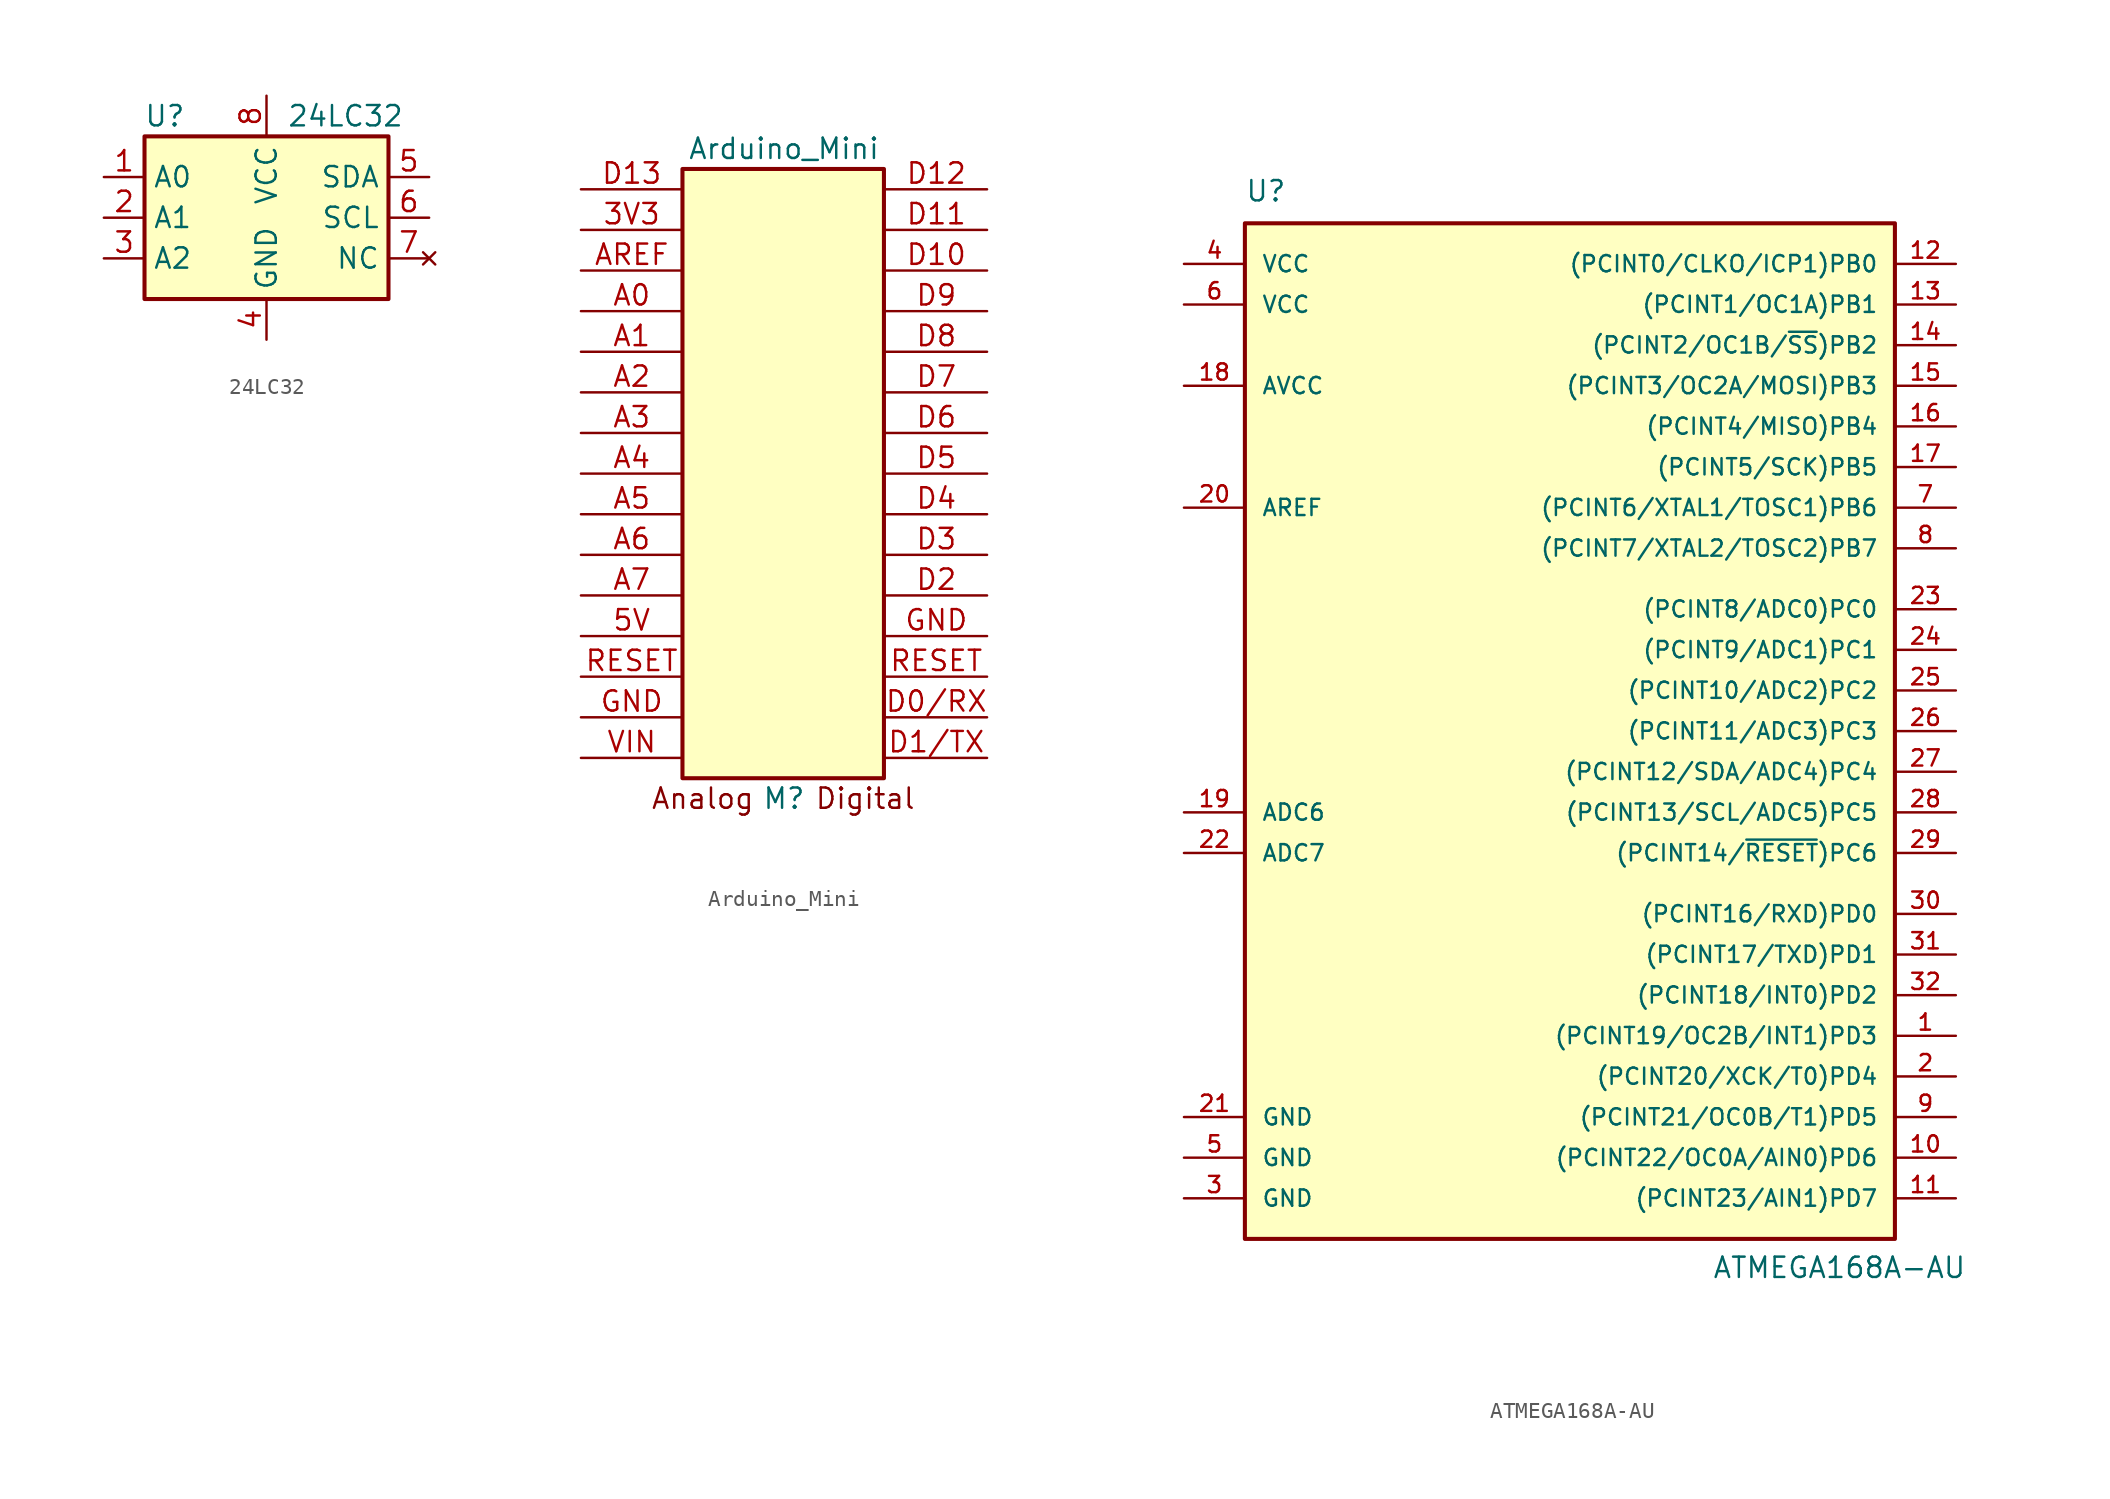
<source format=kicad_sym>
(kicad_symbol_lib
  (version 20231120)
  (generator "kicad_symbol_editor")
  (generator_version "8.0")
  (symbol "24LC32"
    (property "Reference" "U"
      (at -6.35 6.35 0)
      (effects (font (size 1.27 1.27))))
    (property "Value" "24LC32"
      (at 1.27 6.35 0)
      (effects (font (size 1.27 1.27)) (justify left)))
    (symbol "24LC32_1_1"
      (rectangle (start -7.62 5.08) (end 7.62 -5.08) (stroke (width 0.254) (type default)) (fill (type background)))
      (pin input line (at -10.16 2.54 0) (length 2.54) (name "A0" (effects (font (size 1.27 1.27)))) (number "1" (effects (font (size 1.27 1.27)))))
      (pin input line (at -10.16 0 0) (length 2.54) (name "A1" (effects (font (size 1.27 1.27)))) (number "2" (effects (font (size 1.27 1.27)))))
      (pin input line (at -10.16 -2.54 0) (length 2.54) (name "A2" (effects (font (size 1.27 1.27)))) (number "3" (effects (font (size 1.27 1.27)))))
      (pin power_in line (at 0 -7.62 90) (length 2.54) (name "GND" (effects (font (size 1.27 1.27)))) (number "4" (effects (font (size 1.27 1.27)))))
      (pin bidirectional line (at 10.16 2.54 180) (length 2.54) (name "SDA" (effects (font (size 1.27 1.27)))) (number "5" (effects (font (size 1.27 1.27)))))
      (pin input line (at 10.16 0 180) (length 2.54) (name "SCL" (effects (font (size 1.27 1.27)))) (number "6" (effects (font (size 1.27 1.27)))))
      (pin no_connect line (at 10.16 -2.54 180) (length 2.54) (name "NC" (effects (font (size 1.27 1.27)))) (number "7" (effects (font (size 1.27 1.27)))))
      (pin power_in line (at 0 7.62 270) (length 2.54) (name "VCC" (effects (font (size 1.27 1.27)))) (number "8" (effects (font (size 1.27 1.27)))))))
  (symbol "Arduino_Mini"
    (pin_names
      (offset 1.016) hide)
    (property "Reference" "M"
      (at 0 -20.32 0)
      (effects (font (size 1.27 1.27))))
    (property "Value" "Arduino_Mini"
      (at 0 20.32 0)
      (effects (font (size 1.27 1.27))))
    (symbol "Arduino_Mini_0_0"
      (text "Analog" (at -5.08 -20.32 0) (effects (font (size 1.27 1.27))))
      (text "Digital" (at 5.08 -20.32 0) (effects (font (size 1.27 1.27)))))
    (symbol "Arduino_Mini_1_1"
      (rectangle (start -6.35 19.05) (end 6.25 -19.05) (stroke (width 0.254) (type default)) (fill (type background)))
      (pin passive line (at -12.7 15.24 0) (length 6.35) (name "3V3" (effects (font (size 1.27 1.27)))) (number "3V3" (effects (font (size 1.27 1.27)))))
      (pin passive line (at -12.7 -10.16 0) (length 6.35) (name "5V" (effects (font (size 1.27 1.27)))) (number "5V" (effects (font (size 1.27 1.27)))))
      (pin passive line (at -12.7 10.16 0) (length 6.35) (name "A0" (effects (font (size 1.27 1.27)))) (number "A0" (effects (font (size 1.27 1.27)))))
      (pin passive line (at -12.7 7.62 0) (length 6.35) (name "A1" (effects (font (size 1.27 1.27)))) (number "A1" (effects (font (size 1.27 1.27)))))
      (pin passive line (at -12.7 5.08 0) (length 6.35) (name "A2" (effects (font (size 1.27 1.27)))) (number "A2" (effects (font (size 1.27 1.27)))))
      (pin passive line (at -12.7 2.54 0) (length 6.35) (name "A3" (effects (font (size 1.27 1.27)))) (number "A3" (effects (font (size 1.27 1.27)))))
      (pin passive line (at -12.7 0 0) (length 6.35) (name "A4" (effects (font (size 1.27 1.27)))) (number "A4" (effects (font (size 1.27 1.27)))))
      (pin passive line (at -12.7 -2.54 0) (length 6.35) (name "A5" (effects (font (size 1.27 1.27)))) (number "A5" (effects (font (size 1.27 1.27)))))
      (pin passive line (at -12.7 -5.08 0) (length 6.35) (name "A6" (effects (font (size 1.27 1.27)))) (number "A6" (effects (font (size 1.27 1.27)))))
      (pin passive line (at -12.7 -7.62 0) (length 6.35) (name "A7" (effects (font (size 1.27 1.27)))) (number "A7" (effects (font (size 1.27 1.27)))))
      (pin passive line (at -12.7 12.7 0) (length 6.35) (name "AREF" (effects (font (size 1.27 1.27)))) (number "AREF" (effects (font (size 1.27 1.27)))))
      (pin passive line (at 12.7 -15.24 180) (length 6.35) (name "D0/RX" (effects (font (size 1.27 1.27)))) (number "D0/RX" (effects (font (size 1.27 1.27)))))
      (pin passive line (at 12.7 -17.78 180) (length 6.35) (name "D1/TX" (effects (font (size 1.27 1.27)))) (number "D1/TX" (effects (font (size 1.27 1.27)))))
      (pin passive line (at 12.7 12.7 180) (length 6.35) (name "D10" (effects (font (size 1.27 1.27)))) (number "D10" (effects (font (size 1.27 1.27)))))
      (pin passive line (at 12.7 15.24 180) (length 6.35) (name "D11" (effects (font (size 1.27 1.27)))) (number "D11" (effects (font (size 1.27 1.27)))))
      (pin passive line (at 12.7 17.78 180) (length 6.35) (name "D12" (effects (font (size 1.27 1.27)))) (number "D12" (effects (font (size 1.27 1.27)))))
      (pin passive line (at -12.7 17.78 0) (length 6.35) (name "D13" (effects (font (size 1.27 1.27)))) (number "D13" (effects (font (size 1.27 1.27)))))
      (pin passive line (at 12.7 -7.62 180) (length 6.35) (name "D2" (effects (font (size 1.27 1.27)))) (number "D2" (effects (font (size 1.27 1.27)))))
      (pin passive line (at 12.7 -5.08 180) (length 6.35) (name "D3" (effects (font (size 1.27 1.27)))) (number "D3" (effects (font (size 1.27 1.27)))))
      (pin passive line (at 12.7 -2.54 180) (length 6.35) (name "D4" (effects (font (size 1.27 1.27)))) (number "D4" (effects (font (size 1.27 1.27)))))
      (pin passive line (at 12.7 0 180) (length 6.35) (name "D5" (effects (font (size 1.27 1.27)))) (number "D5" (effects (font (size 1.27 1.27)))))
      (pin passive line (at 12.7 2.54 180) (length 6.35) (name "D6" (effects (font (size 1.27 1.27)))) (number "D6" (effects (font (size 1.27 1.27)))))
      (pin passive line (at 12.7 5.08 180) (length 6.35) (name "D7" (effects (font (size 1.27 1.27)))) (number "D7" (effects (font (size 1.27 1.27)))))
      (pin passive line (at 12.7 7.62 180) (length 6.35) (name "D8" (effects (font (size 1.27 1.27)))) (number "D8" (effects (font (size 1.27 1.27)))))
      (pin passive line (at 12.7 10.16 180) (length 6.35) (name "D9" (effects (font (size 1.27 1.27)))) (number "D9" (effects (font (size 1.27 1.27)))))
      (pin passive line (at -12.7 -15.24 0) (length 6.35) (name "GND" (effects (font (size 1.27 1.27)))) (number "GND" (effects (font (size 1.27 1.27)))))
      (pin power_out line (at 12.7 -10.16 180) (length 6.35) (name "GND" (effects (font (size 1.27 1.27)))) (number "GND" (effects (font (size 1.27 1.27)))))
      (pin passive line (at -12.7 -12.7 0) (length 6.35) (name "RESET" (effects (font (size 1.27 1.27)))) (number "RESET" (effects (font (size 1.27 1.27)))))
      (pin passive line (at 12.7 -12.7 180) (length 6.35) (name "RESET" (effects (font (size 1.27 1.27)))) (number "RESET" (effects (font (size 1.27 1.27)))))
      (pin passive line (at -12.7 -17.78 0) (length 6.35) (name "VIN" (effects (font (size 1.27 1.27)))) (number "VIN" (effects (font (size 1.27 1.27)))))))
  (symbol "ATMEGA168A-AU"
    (pin_names
      (offset 1.016))
    (property "Reference" "U"
      (at -19.05 31.75 0)
      (effects (font (size 1.27 1.27)) (justify left bottom)))
    (property "Value" "ATMEGA168A-AU"
      (at 10.16 -35.56 0)
      (effects (font (size 1.27 1.27)) (justify left bottom)))
    (symbol "ATMEGA168A-AU_0_1"
      (rectangle (start -19.05 30.48) (end 21.59 -33.02) (stroke (width 0.254) (type default)) (fill (type background))))
    (symbol "ATMEGA168A-AU_1_1"
      (pin bidirectional line (at 25.4 -20.32 180) (length 3.81) (name "(PCINT19/OC2B/INT1)PD3" (effects (font (size 1.016 1.016)))) (number "1" (effects (font (size 1.016 1.016)))))
      (pin bidirectional line (at 25.4 -27.94 180) (length 3.81) (name "(PCINT22/OC0A/AIN0)PD6" (effects (font (size 1.016 1.016)))) (number "10" (effects (font (size 1.016 1.016)))))
      (pin bidirectional line (at 25.4 -30.48 180) (length 3.81) (name "(PCINT23/AIN1)PD7" (effects (font (size 1.016 1.016)))) (number "11" (effects (font (size 1.016 1.016)))))
      (pin bidirectional line (at 25.4 27.94 180) (length 3.81) (name "(PCINT0/CLKO/ICP1)PB0" (effects (font (size 1.016 1.016)))) (number "12" (effects (font (size 1.016 1.016)))))
      (pin bidirectional line (at 25.4 25.4 180) (length 3.81) (name "(PCINT1/OC1A)PB1" (effects (font (size 1.016 1.016)))) (number "13" (effects (font (size 1.016 1.016)))))
      (pin bidirectional line (at 25.4 22.86 180) (length 3.81) (name "(PCINT2/OC1B/~{SS})PB2" (effects (font (size 1.016 1.016)))) (number "14" (effects (font (size 1.016 1.016)))))
      (pin bidirectional line (at 25.4 20.32 180) (length 3.81) (name "(PCINT3/OC2A/MOSI)PB3" (effects (font (size 1.016 1.016)))) (number "15" (effects (font (size 1.016 1.016)))))
      (pin bidirectional line (at 25.4 17.78 180) (length 3.81) (name "(PCINT4/MISO)PB4" (effects (font (size 1.016 1.016)))) (number "16" (effects (font (size 1.016 1.016)))))
      (pin bidirectional line (at 25.4 15.24 180) (length 3.81) (name "(PCINT5/SCK)PB5" (effects (font (size 1.016 1.016)))) (number "17" (effects (font (size 1.016 1.016)))))
      (pin power_in line (at -22.86 20.32 0) (length 3.81) (name "AVCC" (effects (font (size 1.016 1.016)))) (number "18" (effects (font (size 1.016 1.016)))))
      (pin input line (at -22.86 -6.35 0) (length 3.81) (name "ADC6" (effects (font (size 1.016 1.016)))) (number "19" (effects (font (size 1.016 1.016)))))
      (pin bidirectional line (at 25.4 -22.86 180) (length 3.81) (name "(PCINT20/XCK/T0)PD4" (effects (font (size 1.016 1.016)))) (number "2" (effects (font (size 1.016 1.016)))))
      (pin bidirectional line (at -22.86 12.7 0) (length 3.81) (name "AREF" (effects (font (size 1.016 1.016)))) (number "20" (effects (font (size 1.016 1.016)))))
      (pin power_in line (at -22.86 -25.4 0) (length 3.81) (name "GND" (effects (font (size 1.016 1.016)))) (number "21" (effects (font (size 1.016 1.016)))))
      (pin input line (at -22.86 -8.89 0) (length 3.81) (name "ADC7" (effects (font (size 1.016 1.016)))) (number "22" (effects (font (size 1.016 1.016)))))
      (pin bidirectional line (at 25.4 6.35 180) (length 3.81) (name "(PCINT8/ADC0)PC0" (effects (font (size 1.016 1.016)))) (number "23" (effects (font (size 1.016 1.016)))))
      (pin bidirectional line (at 25.4 3.81 180) (length 3.81) (name "(PCINT9/ADC1)PC1" (effects (font (size 1.016 1.016)))) (number "24" (effects (font (size 1.016 1.016)))))
      (pin bidirectional line (at 25.4 1.27 180) (length 3.81) (name "(PCINT10/ADC2)PC2" (effects (font (size 1.016 1.016)))) (number "25" (effects (font (size 1.016 1.016)))))
      (pin bidirectional line (at 25.4 -1.27 180) (length 3.81) (name "(PCINT11/ADC3)PC3" (effects (font (size 1.016 1.016)))) (number "26" (effects (font (size 1.016 1.016)))))
      (pin bidirectional line (at 25.4 -3.81 180) (length 3.81) (name "(PCINT12/SDA/ADC4)PC4" (effects (font (size 1.016 1.016)))) (number "27" (effects (font (size 1.016 1.016)))))
      (pin bidirectional line (at 25.4 -6.35 180) (length 3.81) (name "(PCINT13/SCL/ADC5)PC5" (effects (font (size 1.016 1.016)))) (number "28" (effects (font (size 1.016 1.016)))))
      (pin bidirectional line (at 25.4 -8.89 180) (length 3.81) (name "(PCINT14/~{RESET})PC6" (effects (font (size 1.016 1.016)))) (number "29" (effects (font (size 1.016 1.016)))))
      (pin power_in line (at -22.86 -30.48 0) (length 3.81) (name "GND" (effects (font (size 1.016 1.016)))) (number "3" (effects (font (size 1.016 1.016)))))
      (pin bidirectional line (at 25.4 -12.7 180) (length 3.81) (name "(PCINT16/RXD)PD0" (effects (font (size 1.016 1.016)))) (number "30" (effects (font (size 1.016 1.016)))))
      (pin bidirectional line (at 25.4 -15.24 180) (length 3.81) (name "(PCINT17/TXD)PD1" (effects (font (size 1.016 1.016)))) (number "31" (effects (font (size 1.016 1.016)))))
      (pin bidirectional line (at 25.4 -17.78 180) (length 3.81) (name "(PCINT18/INT0)PD2" (effects (font (size 1.016 1.016)))) (number "32" (effects (font (size 1.016 1.016)))))
      (pin power_in line (at -22.86 27.94 0) (length 3.81) (name "VCC" (effects (font (size 1.016 1.016)))) (number "4" (effects (font (size 1.016 1.016)))))
      (pin power_in line (at -22.86 -27.94 0) (length 3.81) (name "GND" (effects (font (size 1.016 1.016)))) (number "5" (effects (font (size 1.016 1.016)))))
      (pin power_in line (at -22.86 25.4 0) (length 3.81) (name "VCC" (effects (font (size 1.016 1.016)))) (number "6" (effects (font (size 1.016 1.016)))))
      (pin bidirectional line (at 25.4 12.7 180) (length 3.81) (name "(PCINT6/XTAL1/TOSC1)PB6" (effects (font (size 1.016 1.016)))) (number "7" (effects (font (size 1.016 1.016)))))
      (pin bidirectional line (at 25.4 10.16 180) (length 3.81) (name "(PCINT7/XTAL2/TOSC2)PB7" (effects (font (size 1.016 1.016)))) (number "8" (effects (font (size 1.016 1.016)))))
      (pin bidirectional line (at 25.4 -25.4 180) (length 3.81) (name "(PCINT21/OC0B/T1)PD5" (effects (font (size 1.016 1.016)))) (number "9" (effects (font (size 1.016 1.016))))))))
</source>
